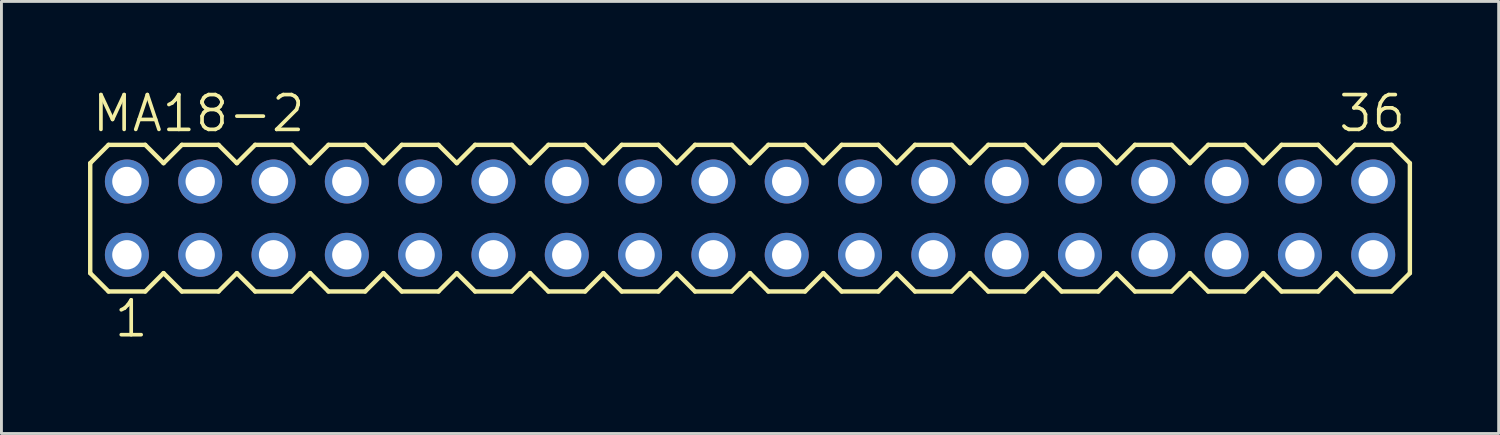
<source format=kicad_pcb>
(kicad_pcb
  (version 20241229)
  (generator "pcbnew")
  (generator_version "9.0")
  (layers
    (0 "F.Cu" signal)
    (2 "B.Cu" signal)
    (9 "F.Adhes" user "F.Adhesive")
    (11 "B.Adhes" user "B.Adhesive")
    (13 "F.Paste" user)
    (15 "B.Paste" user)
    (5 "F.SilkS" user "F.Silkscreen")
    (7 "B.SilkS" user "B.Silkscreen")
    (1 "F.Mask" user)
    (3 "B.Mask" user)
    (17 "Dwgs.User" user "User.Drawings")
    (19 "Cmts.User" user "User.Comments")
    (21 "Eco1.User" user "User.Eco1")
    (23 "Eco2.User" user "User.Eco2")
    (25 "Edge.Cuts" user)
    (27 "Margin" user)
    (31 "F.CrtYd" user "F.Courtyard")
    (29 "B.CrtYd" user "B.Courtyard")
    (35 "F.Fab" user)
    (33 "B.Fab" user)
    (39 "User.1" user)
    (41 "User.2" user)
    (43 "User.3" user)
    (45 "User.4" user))
  (footprint "MA18-2"
    (layer "F.Cu")
    (at 22.936 4.508)
    (property "Reference" "MA18-2" (at -22.86 -2.921 0) (layer "F.SilkS") (effects (font (size 1.206 1.206) (thickness 0.127)) (justify left bottom)))
    (attr through_hole)
    (fp_line (start -22.86 -1.905) (end -22.86 1.905) (stroke (width 0.152) (type solid)) (layer "F.SilkS"))
    (fp_line (start -22.86 1.905) (end -22.225 2.54) (stroke (width 0.152) (type solid)) (layer "F.SilkS"))
    (fp_line (start -22.225 -2.54) (end -22.86 -1.905) (stroke (width 0.152) (type solid)) (layer "F.SilkS"))
    (fp_line (start -22.225 -2.54) (end -20.955 -2.54) (stroke (width 0.152) (type solid)) (layer "F.SilkS"))
    (fp_line (start -20.955 -2.54) (end -20.32 -1.905) (stroke (width 0.152) (type solid)) (layer "F.SilkS"))
    (fp_line (start -20.955 2.54) (end -22.225 2.54) (stroke (width 0.152) (type solid)) (layer "F.SilkS"))
    (fp_line (start -20.32 -1.905) (end -19.685 -2.54) (stroke (width 0.152) (type solid)) (layer "F.SilkS"))
    (fp_line (start -20.32 1.905) (end -20.955 2.54) (stroke (width 0.152) (type solid)) (layer "F.SilkS"))
    (fp_line (start -19.685 -2.54) (end -18.415 -2.54) (stroke (width 0.152) (type solid)) (layer "F.SilkS"))
    (fp_line (start -19.685 2.54) (end -20.32 1.905) (stroke (width 0.152) (type solid)) (layer "F.SilkS"))
    (fp_line (start -18.415 -2.54) (end -17.78 -1.905) (stroke (width 0.152) (type solid)) (layer "F.SilkS"))
    (fp_line (start -18.415 2.54) (end -19.685 2.54) (stroke (width 0.152) (type solid)) (layer "F.SilkS"))
    (fp_line (start -17.78 -1.905) (end -17.145 -2.54) (stroke (width 0.152) (type solid)) (layer "F.SilkS"))
    (fp_line (start -17.78 1.905) (end -18.415 2.54) (stroke (width 0.152) (type solid)) (layer "F.SilkS"))
    (fp_line (start -17.145 -2.54) (end -15.875 -2.54) (stroke (width 0.152) (type solid)) (layer "F.SilkS"))
    (fp_line (start -17.145 2.54) (end -17.78 1.905) (stroke (width 0.152) (type solid)) (layer "F.SilkS"))
    (fp_line (start -15.875 -2.54) (end -15.24 -1.905) (stroke (width 0.152) (type solid)) (layer "F.SilkS"))
    (fp_line (start -15.875 2.54) (end -17.145 2.54) (stroke (width 0.152) (type solid)) (layer "F.SilkS"))
    (fp_line (start -15.24 1.905) (end -15.875 2.54) (stroke (width 0.152) (type solid)) (layer "F.SilkS"))
    (fp_line (start -15.24 1.905) (end -14.605 2.54) (stroke (width 0.152) (type solid)) (layer "F.SilkS"))
    (fp_line (start -14.605 -2.54) (end -15.24 -1.905) (stroke (width 0.152) (type solid)) (layer "F.SilkS"))
    (fp_line (start -14.605 -2.54) (end -13.335 -2.54) (stroke (width 0.152) (type solid)) (layer "F.SilkS"))
    (fp_line (start -13.335 -2.54) (end -12.7 -1.905) (stroke (width 0.152) (type solid)) (layer "F.SilkS"))
    (fp_line (start -13.335 2.54) (end -14.605 2.54) (stroke (width 0.152) (type solid)) (layer "F.SilkS"))
    (fp_line (start -12.7 -1.905) (end -12.065 -2.54) (stroke (width 0.152) (type solid)) (layer "F.SilkS"))
    (fp_line (start -12.7 1.905) (end -13.335 2.54) (stroke (width 0.152) (type solid)) (layer "F.SilkS"))
    (fp_line (start -12.065 -2.54) (end -10.795 -2.54) (stroke (width 0.152) (type solid)) (layer "F.SilkS"))
    (fp_line (start -12.065 2.54) (end -12.7 1.905) (stroke (width 0.152) (type solid)) (layer "F.SilkS"))
    (fp_line (start -10.795 -2.54) (end -10.16 -1.905) (stroke (width 0.152) (type solid)) (layer "F.SilkS"))
    (fp_line (start -10.795 2.54) (end -12.065 2.54) (stroke (width 0.152) (type solid)) (layer "F.SilkS"))
    (fp_line (start -10.16 -1.905) (end -9.525 -2.54) (stroke (width 0.152) (type solid)) (layer "F.SilkS"))
    (fp_line (start -10.16 1.905) (end -10.795 2.54) (stroke (width 0.152) (type solid)) (layer "F.SilkS"))
    (fp_line (start -9.525 -2.54) (end -8.255 -2.54) (stroke (width 0.152) (type solid)) (layer "F.SilkS"))
    (fp_line (start -9.525 2.54) (end -10.16 1.905) (stroke (width 0.152) (type solid)) (layer "F.SilkS"))
    (fp_line (start -8.255 -2.54) (end -7.62 -1.905) (stroke (width 0.152) (type solid)) (layer "F.SilkS"))
    (fp_line (start -8.255 2.54) (end -9.525 2.54) (stroke (width 0.152) (type solid)) (layer "F.SilkS"))
    (fp_line (start -7.62 -1.905) (end -6.985 -2.54) (stroke (width 0.152) (type solid)) (layer "F.SilkS"))
    (fp_line (start -7.62 1.905) (end -8.255 2.54) (stroke (width 0.152) (type solid)) (layer "F.SilkS"))
    (fp_line (start -6.985 -2.54) (end -5.715 -2.54) (stroke (width 0.152) (type solid)) (layer "F.SilkS"))
    (fp_line (start -6.985 2.54) (end -7.62 1.905) (stroke (width 0.152) (type solid)) (layer "F.SilkS"))
    (fp_line (start -5.715 -2.54) (end -5.08 -1.905) (stroke (width 0.152) (type solid)) (layer "F.SilkS"))
    (fp_line (start -5.715 2.54) (end -6.985 2.54) (stroke (width 0.152) (type solid)) (layer "F.SilkS"))
    (fp_line (start -5.08 1.905) (end -5.715 2.54) (stroke (width 0.152) (type solid)) (layer "F.SilkS"))
    (fp_line (start -5.08 1.905) (end -4.445 2.54) (stroke (width 0.152) (type solid)) (layer "F.SilkS"))
    (fp_line (start -4.445 -2.54) (end -5.08 -1.905) (stroke (width 0.152) (type solid)) (layer "F.SilkS"))
    (fp_line (start -4.445 -2.54) (end -3.175 -2.54) (stroke (width 0.152) (type solid)) (layer "F.SilkS"))
    (fp_line (start -3.175 -2.54) (end -2.54 -1.905) (stroke (width 0.152) (type solid)) (layer "F.SilkS"))
    (fp_line (start -3.175 2.54) (end -4.445 2.54) (stroke (width 0.152) (type solid)) (layer "F.SilkS"))
    (fp_line (start -2.54 -1.905) (end -1.905 -2.54) (stroke (width 0.152) (type solid)) (layer "F.SilkS"))
    (fp_line (start -2.54 1.905) (end -3.175 2.54) (stroke (width 0.152) (type solid)) (layer "F.SilkS"))
    (fp_line (start -1.905 -2.54) (end -0.635 -2.54) (stroke (width 0.152) (type solid)) (layer "F.SilkS"))
    (fp_line (start -1.905 2.54) (end -2.54 1.905) (stroke (width 0.152) (type solid)) (layer "F.SilkS"))
    (fp_line (start -0.635 -2.54) (end 0 -1.905) (stroke (width 0.152) (type solid)) (layer "F.SilkS"))
    (fp_line (start -0.635 2.54) (end -1.905 2.54) (stroke (width 0.152) (type solid)) (layer "F.SilkS"))
    (fp_line (start 0 -1.905) (end 0.635 -2.54) (stroke (width 0.152) (type solid)) (layer "F.SilkS"))
    (fp_line (start 0 1.905) (end -0.635 2.54) (stroke (width 0.152) (type solid)) (layer "F.SilkS"))
    (fp_line (start 0.635 -2.54) (end 1.905 -2.54) (stroke (width 0.152) (type solid)) (layer "F.SilkS"))
    (fp_line (start 0.635 2.54) (end 0 1.905) (stroke (width 0.152) (type solid)) (layer "F.SilkS"))
    (fp_line (start 1.905 -2.54) (end 2.54 -1.905) (stroke (width 0.152) (type solid)) (layer "F.SilkS"))
    (fp_line (start 1.905 2.54) (end 0.635 2.54) (stroke (width 0.152) (type solid)) (layer "F.SilkS"))
    (fp_line (start 2.54 1.905) (end 1.905 2.54) (stroke (width 0.152) (type solid)) (layer "F.SilkS"))
    (fp_line (start 2.54 1.905) (end 3.175 2.54) (stroke (width 0.152) (type solid)) (layer "F.SilkS"))
    (fp_line (start 3.175 -2.54) (end 2.54 -1.905) (stroke (width 0.152) (type solid)) (layer "F.SilkS"))
    (fp_line (start 3.175 -2.54) (end 4.445 -2.54) (stroke (width 0.152) (type solid)) (layer "F.SilkS"))
    (fp_line (start 4.445 -2.54) (end 5.08 -1.905) (stroke (width 0.152) (type solid)) (layer "F.SilkS"))
    (fp_line (start 4.445 2.54) (end 3.175 2.54) (stroke (width 0.152) (type solid)) (layer "F.SilkS"))
    (fp_line (start 5.08 -1.905) (end 5.715 -2.54) (stroke (width 0.152) (type solid)) (layer "F.SilkS"))
    (fp_line (start 5.08 1.905) (end 4.445 2.54) (stroke (width 0.152) (type solid)) (layer "F.SilkS"))
    (fp_line (start 5.715 -2.54) (end 6.985 -2.54) (stroke (width 0.152) (type solid)) (layer "F.SilkS"))
    (fp_line (start 5.715 2.54) (end 5.08 1.905) (stroke (width 0.152) (type solid)) (layer "F.SilkS"))
    (fp_line (start 6.985 -2.54) (end 7.62 -1.905) (stroke (width 0.152) (type solid)) (layer "F.SilkS"))
    (fp_line (start 6.985 2.54) (end 5.715 2.54) (stroke (width 0.152) (type solid)) (layer "F.SilkS"))
    (fp_line (start 7.62 -1.905) (end 8.255 -2.54) (stroke (width 0.152) (type solid)) (layer "F.SilkS"))
    (fp_line (start 7.62 1.905) (end 6.985 2.54) (stroke (width 0.152) (type solid)) (layer "F.SilkS"))
    (fp_line (start 8.255 -2.54) (end 9.525 -2.54) (stroke (width 0.152) (type solid)) (layer "F.SilkS"))
    (fp_line (start 8.255 2.54) (end 7.62 1.905) (stroke (width 0.152) (type solid)) (layer "F.SilkS"))
    (fp_line (start 9.525 -2.54) (end 10.16 -1.905) (stroke (width 0.152) (type solid)) (layer "F.SilkS"))
    (fp_line (start 9.525 2.54) (end 8.255 2.54) (stroke (width 0.152) (type solid)) (layer "F.SilkS"))
    (fp_line (start 10.16 -1.905) (end 10.795 -2.54) (stroke (width 0.152) (type solid)) (layer "F.SilkS"))
    (fp_line (start 10.16 1.905) (end 9.525 2.54) (stroke (width 0.152) (type solid)) (layer "F.SilkS"))
    (fp_line (start 10.795 -2.54) (end 12.065 -2.54) (stroke (width 0.152) (type solid)) (layer "F.SilkS"))
    (fp_line (start 10.795 2.54) (end 10.16 1.905) (stroke (width 0.152) (type solid)) (layer "F.SilkS"))
    (fp_line (start 12.065 -2.54) (end 12.7 -1.905) (stroke (width 0.152) (type solid)) (layer "F.SilkS"))
    (fp_line (start 12.065 2.54) (end 10.795 2.54) (stroke (width 0.152) (type solid)) (layer "F.SilkS"))
    (fp_line (start 12.7 1.905) (end 12.065 2.54) (stroke (width 0.152) (type solid)) (layer "F.SilkS"))
    (fp_line (start 12.7 1.905) (end 13.335 2.54) (stroke (width 0.152) (type solid)) (layer "F.SilkS"))
    (fp_line (start 13.335 -2.54) (end 12.7 -1.905) (stroke (width 0.152) (type solid)) (layer "F.SilkS"))
    (fp_line (start 13.335 -2.54) (end 14.605 -2.54) (stroke (width 0.152) (type solid)) (layer "F.SilkS"))
    (fp_line (start 14.605 -2.54) (end 15.24 -1.905) (stroke (width 0.152) (type solid)) (layer "F.SilkS"))
    (fp_line (start 14.605 2.54) (end 13.335 2.54) (stroke (width 0.152) (type solid)) (layer "F.SilkS"))
    (fp_line (start 15.24 -1.905) (end 15.875 -2.54) (stroke (width 0.152) (type solid)) (layer "F.SilkS"))
    (fp_line (start 15.24 1.905) (end 14.605 2.54) (stroke (width 0.152) (type solid)) (layer "F.SilkS"))
    (fp_line (start 15.875 -2.54) (end 17.145 -2.54) (stroke (width 0.152) (type solid)) (layer "F.SilkS"))
    (fp_line (start 15.875 2.54) (end 15.24 1.905) (stroke (width 0.152) (type solid)) (layer "F.SilkS"))
    (fp_line (start 17.145 -2.54) (end 17.78 -1.905) (stroke (width 0.152) (type solid)) (layer "F.SilkS"))
    (fp_line (start 17.145 2.54) (end 15.875 2.54) (stroke (width 0.152) (type solid)) (layer "F.SilkS"))
    (fp_line (start 17.78 -1.905) (end 18.415 -2.54) (stroke (width 0.152) (type solid)) (layer "F.SilkS"))
    (fp_line (start 17.78 1.905) (end 17.145 2.54) (stroke (width 0.152) (type solid)) (layer "F.SilkS"))
    (fp_line (start 18.415 -2.54) (end 19.685 -2.54) (stroke (width 0.152) (type solid)) (layer "F.SilkS"))
    (fp_line (start 18.415 2.54) (end 17.78 1.905) (stroke (width 0.152) (type solid)) (layer "F.SilkS"))
    (fp_line (start 19.685 -2.54) (end 20.32 -1.905) (stroke (width 0.152) (type solid)) (layer "F.SilkS"))
    (fp_line (start 19.685 2.54) (end 18.415 2.54) (stroke (width 0.152) (type solid)) (layer "F.SilkS"))
    (fp_line (start 20.32 -1.905) (end 20.955 -2.54) (stroke (width 0.152) (type solid)) (layer "F.SilkS"))
    (fp_line (start 20.32 1.905) (end 19.685 2.54) (stroke (width 0.152) (type solid)) (layer "F.SilkS"))
    (fp_line (start 20.955 -2.54) (end 22.225 -2.54) (stroke (width 0.152) (type solid)) (layer "F.SilkS"))
    (fp_line (start 20.955 2.54) (end 20.32 1.905) (stroke (width 0.152) (type solid)) (layer "F.SilkS"))
    (fp_line (start 22.225 -2.54) (end 22.86 -1.905) (stroke (width 0.152) (type solid)) (layer "F.SilkS"))
    (fp_line (start 22.225 2.54) (end 20.955 2.54) (stroke (width 0.152) (type solid)) (layer "F.SilkS"))
    (fp_line (start 22.86 -1.905) (end 22.86 1.905) (stroke (width 0.152) (type solid)) (layer "F.SilkS"))
    (fp_line (start 22.86 1.905) (end 22.225 2.54) (stroke (width 0.152) (type solid)) (layer "F.SilkS"))
    (fp_poly (pts (xy -21.844 -1.016) (xy -21.336 -1.016) (xy -21.336 -1.524) (xy -21.844 -1.524)) (stroke (width 0.1) (type solid)) (fill no) (layer "F.Fab"))
    (fp_poly (pts (xy -21.844 1.524) (xy -21.336 1.524) (xy -21.336 1.016) (xy -21.844 1.016)) (stroke (width 0.1) (type solid)) (fill no) (layer "F.Fab"))
    (fp_poly (pts (xy -19.304 -1.016) (xy -18.796 -1.016) (xy -18.796 -1.524) (xy -19.304 -1.524)) (stroke (width 0.1) (type solid)) (fill no) (layer "F.Fab"))
    (fp_poly (pts (xy -19.304 1.524) (xy -18.796 1.524) (xy -18.796 1.016) (xy -19.304 1.016)) (stroke (width 0.1) (type solid)) (fill no) (layer "F.Fab"))
    (fp_poly (pts (xy -16.764 -1.016) (xy -16.256 -1.016) (xy -16.256 -1.524) (xy -16.764 -1.524)) (stroke (width 0.1) (type solid)) (fill no) (layer "F.Fab"))
    (fp_poly (pts (xy -16.764 1.524) (xy -16.256 1.524) (xy -16.256 1.016) (xy -16.764 1.016)) (stroke (width 0.1) (type solid)) (fill no) (layer "F.Fab"))
    (fp_poly (pts (xy -14.224 -1.016) (xy -13.716 -1.016) (xy -13.716 -1.524) (xy -14.224 -1.524)) (stroke (width 0.1) (type solid)) (fill no) (layer "F.Fab"))
    (fp_poly (pts (xy -14.224 1.524) (xy -13.716 1.524) (xy -13.716 1.016) (xy -14.224 1.016)) (stroke (width 0.1) (type solid)) (fill no) (layer "F.Fab"))
    (fp_poly (pts (xy -11.684 -1.016) (xy -11.176 -1.016) (xy -11.176 -1.524) (xy -11.684 -1.524)) (stroke (width 0.1) (type solid)) (fill no) (layer "F.Fab"))
    (fp_poly (pts (xy -11.684 1.524) (xy -11.176 1.524) (xy -11.176 1.016) (xy -11.684 1.016)) (stroke (width 0.1) (type solid)) (fill no) (layer "F.Fab"))
    (fp_poly (pts (xy -9.144 -1.016) (xy -8.636 -1.016) (xy -8.636 -1.524) (xy -9.144 -1.524)) (stroke (width 0.1) (type solid)) (fill no) (layer "F.Fab"))
    (fp_poly (pts (xy -9.144 1.524) (xy -8.636 1.524) (xy -8.636 1.016) (xy -9.144 1.016)) (stroke (width 0.1) (type solid)) (fill no) (layer "F.Fab"))
    (fp_poly (pts (xy -6.604 -1.016) (xy -6.096 -1.016) (xy -6.096 -1.524) (xy -6.604 -1.524)) (stroke (width 0.1) (type solid)) (fill no) (layer "F.Fab"))
    (fp_poly (pts (xy -6.604 1.524) (xy -6.096 1.524) (xy -6.096 1.016) (xy -6.604 1.016)) (stroke (width 0.1) (type solid)) (fill no) (layer "F.Fab"))
    (fp_poly (pts (xy -4.064 -1.016) (xy -3.556 -1.016) (xy -3.556 -1.524) (xy -4.064 -1.524)) (stroke (width 0.1) (type solid)) (fill no) (layer "F.Fab"))
    (fp_poly (pts (xy -4.064 1.524) (xy -3.556 1.524) (xy -3.556 1.016) (xy -4.064 1.016)) (stroke (width 0.1) (type solid)) (fill no) (layer "F.Fab"))
    (fp_poly (pts (xy -1.524 -1.016) (xy -1.016 -1.016) (xy -1.016 -1.524) (xy -1.524 -1.524)) (stroke (width 0.1) (type solid)) (fill no) (layer "F.Fab"))
    (fp_poly (pts (xy -1.524 1.524) (xy -1.016 1.524) (xy -1.016 1.016) (xy -1.524 1.016)) (stroke (width 0.1) (type solid)) (fill no) (layer "F.Fab"))
    (fp_poly (pts (xy 1.016 -1.016) (xy 1.524 -1.016) (xy 1.524 -1.524) (xy 1.016 -1.524)) (stroke (width 0.1) (type solid)) (fill no) (layer "F.Fab"))
    (fp_poly (pts (xy 1.016 1.524) (xy 1.524 1.524) (xy 1.524 1.016) (xy 1.016 1.016)) (stroke (width 0.1) (type solid)) (fill no) (layer "F.Fab"))
    (fp_poly (pts (xy 3.556 -1.016) (xy 4.064 -1.016) (xy 4.064 -1.524) (xy 3.556 -1.524)) (stroke (width 0.1) (type solid)) (fill no) (layer "F.Fab"))
    (fp_poly (pts (xy 3.556 1.524) (xy 4.064 1.524) (xy 4.064 1.016) (xy 3.556 1.016)) (stroke (width 0.1) (type solid)) (fill no) (layer "F.Fab"))
    (fp_poly (pts (xy 6.096 -1.016) (xy 6.604 -1.016) (xy 6.604 -1.524) (xy 6.096 -1.524)) (stroke (width 0.1) (type solid)) (fill no) (layer "F.Fab"))
    (fp_poly (pts (xy 6.096 1.524) (xy 6.604 1.524) (xy 6.604 1.016) (xy 6.096 1.016)) (stroke (width 0.1) (type solid)) (fill no) (layer "F.Fab"))
    (fp_poly (pts (xy 8.636 -1.016) (xy 9.144 -1.016) (xy 9.144 -1.524) (xy 8.636 -1.524)) (stroke (width 0.1) (type solid)) (fill no) (layer "F.Fab"))
    (fp_poly (pts (xy 8.636 1.524) (xy 9.144 1.524) (xy 9.144 1.016) (xy 8.636 1.016)) (stroke (width 0.1) (type solid)) (fill no) (layer "F.Fab"))
    (fp_poly (pts (xy 11.176 -1.016) (xy 11.684 -1.016) (xy 11.684 -1.524) (xy 11.176 -1.524)) (stroke (width 0.1) (type solid)) (fill no) (layer "F.Fab"))
    (fp_poly (pts (xy 11.176 1.524) (xy 11.684 1.524) (xy 11.684 1.016) (xy 11.176 1.016)) (stroke (width 0.1) (type solid)) (fill no) (layer "F.Fab"))
    (fp_poly (pts (xy 13.716 -1.016) (xy 14.224 -1.016) (xy 14.224 -1.524) (xy 13.716 -1.524)) (stroke (width 0.1) (type solid)) (fill no) (layer "F.Fab"))
    (fp_poly (pts (xy 13.716 1.524) (xy 14.224 1.524) (xy 14.224 1.016) (xy 13.716 1.016)) (stroke (width 0.1) (type solid)) (fill no) (layer "F.Fab"))
    (fp_poly (pts (xy 16.256 -1.016) (xy 16.764 -1.016) (xy 16.764 -1.524) (xy 16.256 -1.524)) (stroke (width 0.1) (type solid)) (fill no) (layer "F.Fab"))
    (fp_poly (pts (xy 16.256 1.524) (xy 16.764 1.524) (xy 16.764 1.016) (xy 16.256 1.016)) (stroke (width 0.1) (type solid)) (fill no) (layer "F.Fab"))
    (fp_poly (pts (xy 18.796 -1.016) (xy 19.304 -1.016) (xy 19.304 -1.524) (xy 18.796 -1.524)) (stroke (width 0.1) (type solid)) (fill no) (layer "F.Fab"))
    (fp_poly (pts (xy 18.796 1.524) (xy 19.304 1.524) (xy 19.304 1.016) (xy 18.796 1.016)) (stroke (width 0.1) (type solid)) (fill no) (layer "F.Fab"))
    (fp_poly (pts (xy 21.336 -1.016) (xy 21.844 -1.016) (xy 21.844 -1.524) (xy 21.336 -1.524)) (stroke (width 0.1) (type solid)) (fill no) (layer "F.Fab"))
    (fp_poly (pts (xy 21.336 1.524) (xy 21.844 1.524) (xy 21.844 1.016) (xy 21.336 1.016)) (stroke (width 0.1) (type solid)) (fill no) (layer "F.Fab"))
    (fp_text user "1" (at -22.098 4.191 0) (layer "F.SilkS") (effects (font (size 1.206 1.206) (thickness 0.127)) (justify left bottom)))
    (fp_text user "36" (at 20.32 -2.921 0) (layer "F.SilkS") (effects (font (size 1.206 1.206) (thickness 0.127)) (justify left bottom)))
    (pad "1" thru_hole circle (at -21.59 1.27) (size 1.524 1.524) (drill 1.016) (layers "*.Cu" "*.Mask"))
    (pad "2" thru_hole circle (at -21.59 -1.27) (size 1.524 1.524) (drill 1.016) (layers "*.Cu" "*.Mask"))
    (pad "3" thru_hole circle (at -19.05 1.27) (size 1.524 1.524) (drill 1.016) (layers "*.Cu" "*.Mask"))
    (pad "4" thru_hole circle (at -19.05 -1.27) (size 1.524 1.524) (drill 1.016) (layers "*.Cu" "*.Mask"))
    (pad "5" thru_hole circle (at -16.51 1.27) (size 1.524 1.524) (drill 1.016) (layers "*.Cu" "*.Mask"))
    (pad "6" thru_hole circle (at -16.51 -1.27) (size 1.524 1.524) (drill 1.016) (layers "*.Cu" "*.Mask"))
    (pad "7" thru_hole circle (at -13.97 1.27) (size 1.524 1.524) (drill 1.016) (layers "*.Cu" "*.Mask"))
    (pad "8" thru_hole circle (at -13.97 -1.27) (size 1.524 1.524) (drill 1.016) (layers "*.Cu" "*.Mask"))
    (pad "9" thru_hole circle (at -11.43 1.27) (size 1.524 1.524) (drill 1.016) (layers "*.Cu" "*.Mask"))
    (pad "10" thru_hole circle (at -11.43 -1.27) (size 1.524 1.524) (drill 1.016) (layers "*.Cu" "*.Mask"))
    (pad "11" thru_hole circle (at -8.89 1.27) (size 1.524 1.524) (drill 1.016) (layers "*.Cu" "*.Mask"))
    (pad "12" thru_hole circle (at -8.89 -1.27) (size 1.524 1.524) (drill 1.016) (layers "*.Cu" "*.Mask"))
    (pad "13" thru_hole circle (at -6.35 1.27) (size 1.524 1.524) (drill 1.016) (layers "*.Cu" "*.Mask"))
    (pad "14" thru_hole circle (at -6.35 -1.27) (size 1.524 1.524) (drill 1.016) (layers "*.Cu" "*.Mask"))
    (pad "15" thru_hole circle (at -3.81 1.27) (size 1.524 1.524) (drill 1.016) (layers "*.Cu" "*.Mask"))
    (pad "16" thru_hole circle (at -3.81 -1.27) (size 1.524 1.524) (drill 1.016) (layers "*.Cu" "*.Mask"))
    (pad "17" thru_hole circle (at -1.27 1.27) (size 1.524 1.524) (drill 1.016) (layers "*.Cu" "*.Mask"))
    (pad "18" thru_hole circle (at -1.27 -1.27) (size 1.524 1.524) (drill 1.016) (layers "*.Cu" "*.Mask"))
    (pad "19" thru_hole circle (at 1.27 1.27) (size 1.524 1.524) (drill 1.016) (layers "*.Cu" "*.Mask"))
    (pad "20" thru_hole circle (at 1.27 -1.27) (size 1.524 1.524) (drill 1.016) (layers "*.Cu" "*.Mask"))
    (pad "21" thru_hole circle (at 3.81 1.27) (size 1.524 1.524) (drill 1.016) (layers "*.Cu" "*.Mask"))
    (pad "22" thru_hole circle (at 3.81 -1.27) (size 1.524 1.524) (drill 1.016) (layers "*.Cu" "*.Mask"))
    (pad "23" thru_hole circle (at 6.35 1.27) (size 1.524 1.524) (drill 1.016) (layers "*.Cu" "*.Mask"))
    (pad "24" thru_hole circle (at 6.35 -1.27) (size 1.524 1.524) (drill 1.016) (layers "*.Cu" "*.Mask"))
    (pad "25" thru_hole circle (at 8.89 1.27) (size 1.524 1.524) (drill 1.016) (layers "*.Cu" "*.Mask"))
    (pad "26" thru_hole circle (at 8.89 -1.27) (size 1.524 1.524) (drill 1.016) (layers "*.Cu" "*.Mask"))
    (pad "27" thru_hole circle (at 11.43 1.27) (size 1.524 1.524) (drill 1.016) (layers "*.Cu" "*.Mask"))
    (pad "28" thru_hole circle (at 11.43 -1.27) (size 1.524 1.524) (drill 1.016) (layers "*.Cu" "*.Mask"))
    (pad "29" thru_hole circle (at 13.97 1.27) (size 1.524 1.524) (drill 1.016) (layers "*.Cu" "*.Mask"))
    (pad "30" thru_hole circle (at 13.97 -1.27) (size 1.524 1.524) (drill 1.016) (layers "*.Cu" "*.Mask"))
    (pad "31" thru_hole circle (at 16.51 1.27) (size 1.524 1.524) (drill 1.016) (layers "*.Cu" "*.Mask"))
    (pad "32" thru_hole circle (at 16.51 -1.27) (size 1.524 1.524) (drill 1.016) (layers "*.Cu" "*.Mask"))
    (pad "33" thru_hole circle (at 19.05 1.27) (size 1.524 1.524) (drill 1.016) (layers "*.Cu" "*.Mask"))
    (pad "34" thru_hole circle (at 19.05 -1.27) (size 1.524 1.524) (drill 1.016) (layers "*.Cu" "*.Mask"))
    (pad "35" thru_hole circle (at 21.59 1.27) (size 1.524 1.524) (drill 1.016) (layers "*.Cu" "*.Mask"))
    (pad "36" thru_hole circle (at 21.59 -1.27) (size 1.524 1.524) (drill 1.016) (layers "*.Cu" "*.Mask")))
  (gr_rect
    (start -3 -3)
    (end 48.872 11.969)
    (stroke (width 0.1) (type default))
    (fill no)
    (layer "Edge.Cuts")))
</source>
